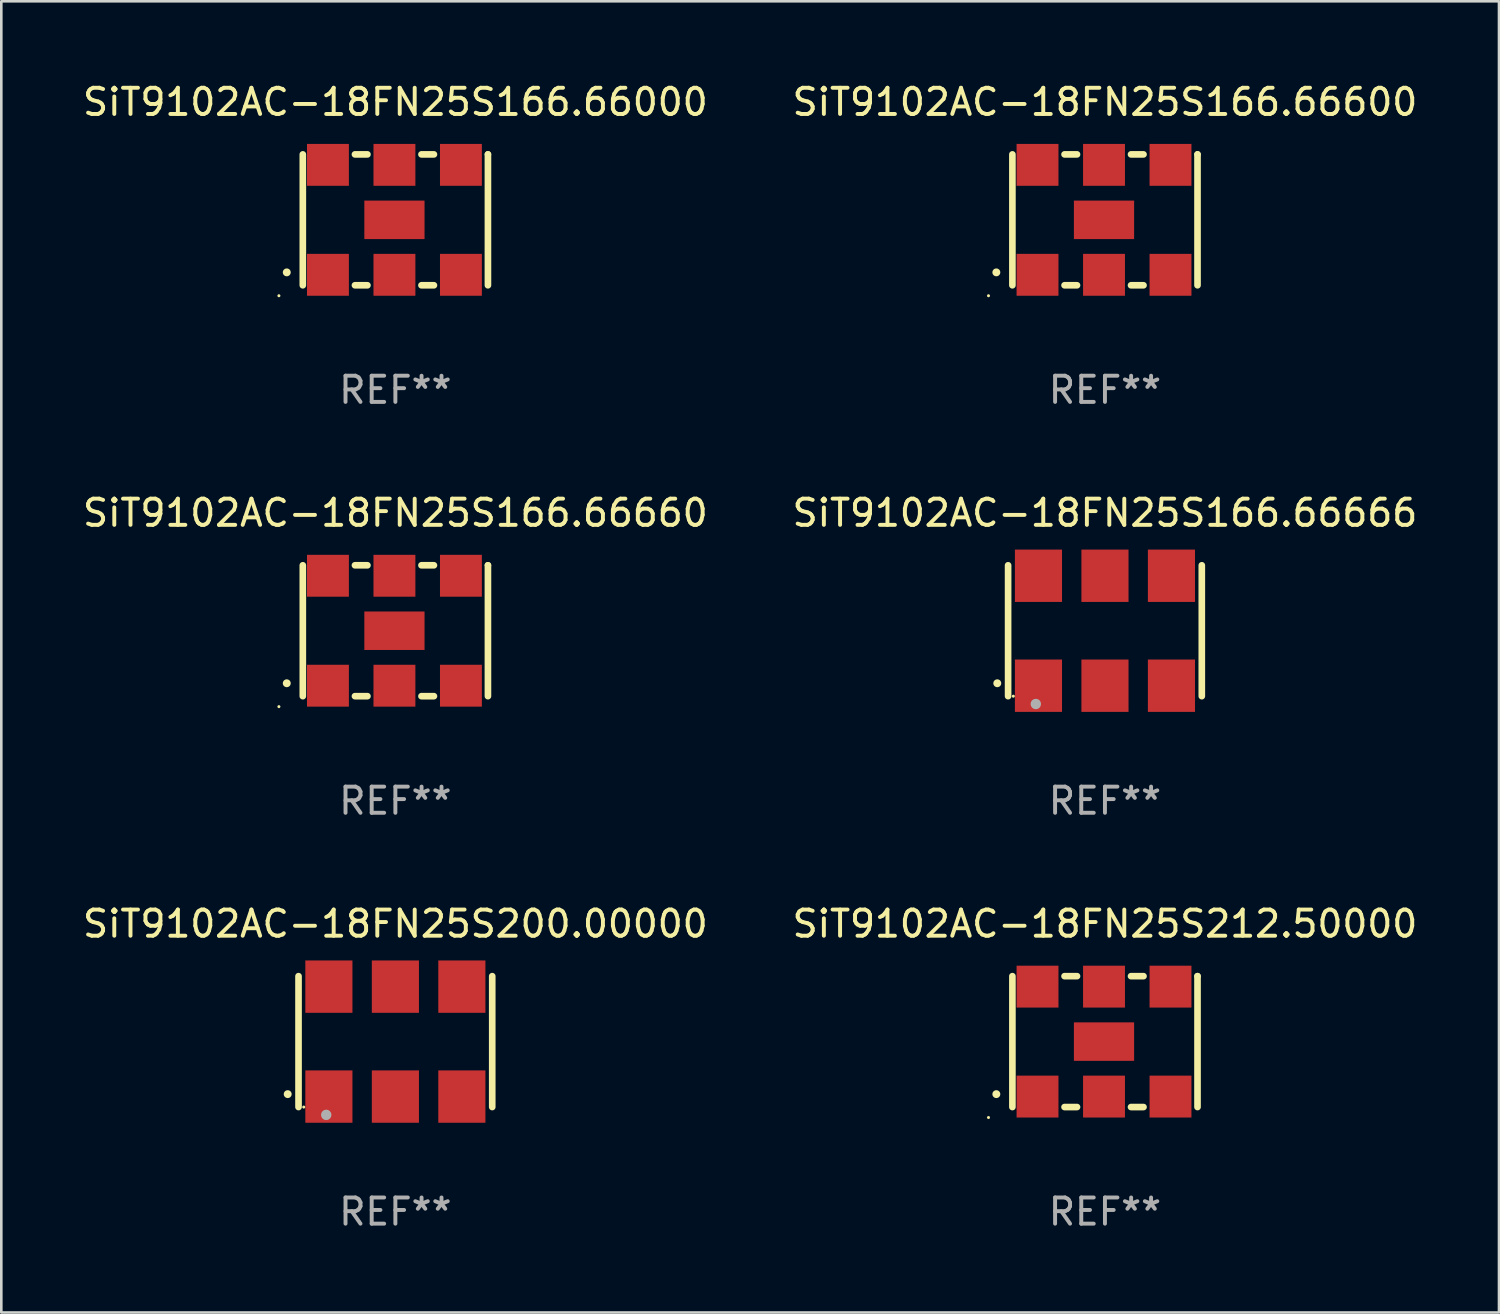
<source format=kicad_pcb>
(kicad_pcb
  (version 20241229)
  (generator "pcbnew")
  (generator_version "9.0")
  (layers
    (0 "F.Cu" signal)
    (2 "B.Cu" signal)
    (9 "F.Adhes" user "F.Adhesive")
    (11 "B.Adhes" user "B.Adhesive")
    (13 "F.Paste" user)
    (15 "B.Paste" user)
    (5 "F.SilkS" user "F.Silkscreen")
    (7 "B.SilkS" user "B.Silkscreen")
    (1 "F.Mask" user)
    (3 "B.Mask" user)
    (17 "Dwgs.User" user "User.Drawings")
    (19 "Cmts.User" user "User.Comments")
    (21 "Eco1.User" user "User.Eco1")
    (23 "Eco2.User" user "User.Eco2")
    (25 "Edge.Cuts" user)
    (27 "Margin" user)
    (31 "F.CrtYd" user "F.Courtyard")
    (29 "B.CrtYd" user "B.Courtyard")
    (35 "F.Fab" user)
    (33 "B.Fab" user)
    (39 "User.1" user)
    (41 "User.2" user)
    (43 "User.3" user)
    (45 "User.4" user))
  (footprint "SiT9102AC-18FN25S166.66666"
    (layer "F.Cu")
    (at 39.161 21.045)
    (property "Reference" "SiT9102AC-18FN25S166.66666" (at 0 -4.5 0) (layer "F.SilkS") (effects (font (size 1 1) (thickness 0.15))))
    (attr through_hole)
    (fp_line (start -3.7 -2.5) (end -3.7 2.5) (stroke (width 0.254) (type solid)) (layer "F.SilkS"))
    (fp_line (start 3.7 -2.5) (end 3.7 2.5) (stroke (width 0.254) (type solid)) (layer "F.SilkS"))
    (fp_arc (start -4.114415 2.006604) (mid -4.113145 2.006599) (end -4.111875 2.006604) (stroke (width 0.3) (type solid)) (layer "F.SilkS"))
    (fp_circle (center -3.5 2.501) (end -3.47 2.501) (stroke (width 0.06) (type solid)) (fill no) (layer "F.SilkS"))
    (fp_circle (center -2.641 2.799) (end -2.541 2.799) (stroke (width 0.2) (type solid)) (fill no) (layer "F.Fab"))
    (fp_text user "REF**" (at 0 6.5 0) (layer "F.Fab") (effects (font (size 1 1) (thickness 0.15))))
    (pad "1" smd rect (at -2.54 2.1) (size 1.8 2) (layers "F.Cu" "F.Mask" "F.Paste"))
    (pad "2" smd rect (at 0.000394 2.1) (size 1.8 2) (layers "F.Cu" "F.Mask" "F.Paste"))
    (pad "3" smd rect (at 2.54 2.1) (size 1.8 2) (layers "F.Cu" "F.Mask" "F.Paste"))
    (pad "4" smd rect (at 2.54 -2.1) (size 1.8 2) (layers "F.Cu" "F.Mask" "F.Paste"))
    (pad "5" smd rect (at 0.000394 -2.1) (size 1.8 2) (layers "F.Cu" "F.Mask" "F.Paste"))
    (pad "6" smd rect (at -2.54 -2.1) (size 1.8 2) (layers "F.Cu" "F.Mask" "F.Paste")))
  (footprint "SiT9102AC-18FN25S200.00000"
    (layer "F.Cu")
    (at 12.054 36.741)
    (property "Reference" "SiT9102AC-18FN25S200.00000" (at 0 -4.5 0) (layer "F.SilkS") (effects (font (size 1 1) (thickness 0.15))))
    (attr through_hole)
    (fp_line (start -3.7 -2.5) (end -3.7 2.5) (stroke (width 0.254) (type solid)) (layer "F.SilkS"))
    (fp_line (start 3.7 -2.5) (end 3.7 2.5) (stroke (width 0.254) (type solid)) (layer "F.SilkS"))
    (fp_arc (start -4.114415 2.006604) (mid -4.113145 2.006599) (end -4.111875 2.006604) (stroke (width 0.3) (type solid)) (layer "F.SilkS"))
    (fp_circle (center -3.5 2.501) (end -3.47 2.501) (stroke (width 0.06) (type solid)) (fill no) (layer "F.SilkS"))
    (fp_circle (center -2.641 2.799) (end -2.541 2.799) (stroke (width 0.2) (type solid)) (fill no) (layer "F.Fab"))
    (fp_text user "REF**" (at 0 6.5 0) (layer "F.Fab") (effects (font (size 1 1) (thickness 0.15))))
    (pad "1" smd rect (at -2.54 2.1) (size 1.8 2) (layers "F.Cu" "F.Mask" "F.Paste"))
    (pad "2" smd rect (at 0.000394 2.1) (size 1.8 2) (layers "F.Cu" "F.Mask" "F.Paste"))
    (pad "3" smd rect (at 2.54 2.1) (size 1.8 2) (layers "F.Cu" "F.Mask" "F.Paste"))
    (pad "4" smd rect (at 2.54 -2.1) (size 1.8 2) (layers "F.Cu" "F.Mask" "F.Paste"))
    (pad "5" smd rect (at 0.000394 -2.1) (size 1.8 2) (layers "F.Cu" "F.Mask" "F.Paste"))
    (pad "6" smd rect (at -2.54 -2.1) (size 1.8 2) (layers "F.Cu" "F.Mask" "F.Paste")))
  (footprint "SiT9102AC-18FN25S212.50000"
    (layer "F.Cu")
    (at 39.161 36.741)
    (property "Reference" "SiT9102AC-18FN25S212.50000" (at 0 -4.5 0) (layer "F.SilkS") (effects (font (size 1 1) (thickness 0.15))))
    (attr through_hole)
    (fp_line (start -3.536 -2.5) (end -3.536 2.5) (stroke (width 0.254) (type solid)) (layer "F.SilkS"))
    (fp_line (start -1.544 2.5) (end -1.067 2.5) (stroke (width 0.254) (type solid)) (layer "F.SilkS"))
    (fp_line (start -1.067 -2.5) (end -1.544 -2.5) (stroke (width 0.254) (type solid)) (layer "F.SilkS"))
    (fp_line (start 0.996 2.5) (end 1.473 2.5) (stroke (width 0.254) (type solid)) (layer "F.SilkS"))
    (fp_line (start 1.473 -2.5) (end 0.996 -2.5) (stroke (width 0.254) (type solid)) (layer "F.SilkS"))
    (fp_line (start 3.536 -2.5) (end 3.536 -2.5) (stroke (width 0.254) (type solid)) (layer "F.SilkS"))
    (fp_line (start 3.536 2.5) (end 3.536 -2.5) (stroke (width 0.254) (type solid)) (layer "F.SilkS"))
    (fp_arc (start -4.150432 2.006604) (mid -4.149162 2.006599) (end -4.147892 2.006604) (stroke (width 0.3) (type solid)) (layer "F.SilkS"))
    (fp_circle (center -4.449 2.9) (end -4.419 2.9) (stroke (width 0.06) (type solid)) (fill no) (layer "F.SilkS"))
    (fp_text user "REF**" (at 0 6.5 0) (layer "F.Fab") (effects (font (size 1 1) (thickness 0.15))))
    (pad "1" smd rect (at -2.576 2.1) (size 1.6 1.6) (layers "F.Cu" "F.Mask" "F.Paste"))
    (pad "2" smd rect (at -0.036 2.1) (size 1.6 1.6) (layers "F.Cu" "F.Mask" "F.Paste"))
    (pad "3" smd rect (at 2.504 2.1) (size 1.6 1.6) (layers "F.Cu" "F.Mask" "F.Paste"))
    (pad "4" smd rect (at 2.504 -2.1) (size 1.6 1.6) (layers "F.Cu" "F.Mask" "F.Paste"))
    (pad "5" smd rect (at -0.036 -2.1) (size 1.6 1.6) (layers "F.Cu" "F.Mask" "F.Paste"))
    (pad "6" smd rect (at -2.576 -2.1) (size 1.6 1.6) (layers "F.Cu" "F.Mask" "F.Paste"))
    (pad "7" smd rect (at -0.036 0) (size 2.3 1.47) (layers "F.Cu" "F.Mask" "F.Paste")))
  (footprint "SiT9102AC-18FN25S166.66000"
    (layer "F.Cu")
    (at 12.054 5.348)
    (property "Reference" "SiT9102AC-18FN25S166.66000" (at 0 -4.5 0) (layer "F.SilkS") (effects (font (size 1 1) (thickness 0.15))))
    (attr through_hole)
    (fp_line (start -3.536 -2.5) (end -3.536 2.5) (stroke (width 0.254) (type solid)) (layer "F.SilkS"))
    (fp_line (start -1.544 2.5) (end -1.067 2.5) (stroke (width 0.254) (type solid)) (layer "F.SilkS"))
    (fp_line (start -1.067 -2.5) (end -1.544 -2.5) (stroke (width 0.254) (type solid)) (layer "F.SilkS"))
    (fp_line (start 0.996 2.5) (end 1.473 2.5) (stroke (width 0.254) (type solid)) (layer "F.SilkS"))
    (fp_line (start 1.473 -2.5) (end 0.996 -2.5) (stroke (width 0.254) (type solid)) (layer "F.SilkS"))
    (fp_line (start 3.536 -2.5) (end 3.536 -2.5) (stroke (width 0.254) (type solid)) (layer "F.SilkS"))
    (fp_line (start 3.536 2.5) (end 3.536 -2.5) (stroke (width 0.254) (type solid)) (layer "F.SilkS"))
    (fp_arc (start -4.150432 2.006604) (mid -4.149162 2.006599) (end -4.147892 2.006604) (stroke (width 0.3) (type solid)) (layer "F.SilkS"))
    (fp_circle (center -4.449 2.9) (end -4.419 2.9) (stroke (width 0.06) (type solid)) (fill no) (layer "F.SilkS"))
    (fp_text user "REF**" (at 0 6.5 0) (layer "F.Fab") (effects (font (size 1 1) (thickness 0.15))))
    (pad "1" smd rect (at -2.576 2.1) (size 1.6 1.6) (layers "F.Cu" "F.Mask" "F.Paste"))
    (pad "2" smd rect (at -0.036 2.1) (size 1.6 1.6) (layers "F.Cu" "F.Mask" "F.Paste"))
    (pad "3" smd rect (at 2.504 2.1) (size 1.6 1.6) (layers "F.Cu" "F.Mask" "F.Paste"))
    (pad "4" smd rect (at 2.504 -2.1) (size 1.6 1.6) (layers "F.Cu" "F.Mask" "F.Paste"))
    (pad "5" smd rect (at -0.036 -2.1) (size 1.6 1.6) (layers "F.Cu" "F.Mask" "F.Paste"))
    (pad "6" smd rect (at -2.576 -2.1) (size 1.6 1.6) (layers "F.Cu" "F.Mask" "F.Paste"))
    (pad "7" smd rect (at -0.036 0) (size 2.3 1.47) (layers "F.Cu" "F.Mask" "F.Paste")))
  (footprint "SiT9102AC-18FN25S166.66600"
    (layer "F.Cu")
    (at 39.161 5.348)
    (property "Reference" "SiT9102AC-18FN25S166.66600" (at 0 -4.5 0) (layer "F.SilkS") (effects (font (size 1 1) (thickness 0.15))))
    (attr through_hole)
    (fp_line (start -3.536 -2.5) (end -3.536 2.5) (stroke (width 0.254) (type solid)) (layer "F.SilkS"))
    (fp_line (start -1.544 2.5) (end -1.067 2.5) (stroke (width 0.254) (type solid)) (layer "F.SilkS"))
    (fp_line (start -1.067 -2.5) (end -1.544 -2.5) (stroke (width 0.254) (type solid)) (layer "F.SilkS"))
    (fp_line (start 0.996 2.5) (end 1.473 2.5) (stroke (width 0.254) (type solid)) (layer "F.SilkS"))
    (fp_line (start 1.473 -2.5) (end 0.996 -2.5) (stroke (width 0.254) (type solid)) (layer "F.SilkS"))
    (fp_line (start 3.536 -2.5) (end 3.536 -2.5) (stroke (width 0.254) (type solid)) (layer "F.SilkS"))
    (fp_line (start 3.536 2.5) (end 3.536 -2.5) (stroke (width 0.254) (type solid)) (layer "F.SilkS"))
    (fp_arc (start -4.150432 2.006604) (mid -4.149162 2.006599) (end -4.147892 2.006604) (stroke (width 0.3) (type solid)) (layer "F.SilkS"))
    (fp_circle (center -4.449 2.9) (end -4.419 2.9) (stroke (width 0.06) (type solid)) (fill no) (layer "F.SilkS"))
    (fp_text user "REF**" (at 0 6.5 0) (layer "F.Fab") (effects (font (size 1 1) (thickness 0.15))))
    (pad "1" smd rect (at -2.576 2.1) (size 1.6 1.6) (layers "F.Cu" "F.Mask" "F.Paste"))
    (pad "2" smd rect (at -0.036 2.1) (size 1.6 1.6) (layers "F.Cu" "F.Mask" "F.Paste"))
    (pad "3" smd rect (at 2.504 2.1) (size 1.6 1.6) (layers "F.Cu" "F.Mask" "F.Paste"))
    (pad "4" smd rect (at 2.504 -2.1) (size 1.6 1.6) (layers "F.Cu" "F.Mask" "F.Paste"))
    (pad "5" smd rect (at -0.036 -2.1) (size 1.6 1.6) (layers "F.Cu" "F.Mask" "F.Paste"))
    (pad "6" smd rect (at -2.576 -2.1) (size 1.6 1.6) (layers "F.Cu" "F.Mask" "F.Paste"))
    (pad "7" smd rect (at -0.036 0) (size 2.3 1.47) (layers "F.Cu" "F.Mask" "F.Paste")))
  (footprint "SiT9102AC-18FN25S166.66660"
    (layer "F.Cu")
    (at 12.054 21.045)
    (property "Reference" "SiT9102AC-18FN25S166.66660" (at 0 -4.5 0) (layer "F.SilkS") (effects (font (size 1 1) (thickness 0.15))))
    (attr through_hole)
    (fp_line (start -3.536 -2.5) (end -3.536 2.5) (stroke (width 0.254) (type solid)) (layer "F.SilkS"))
    (fp_line (start -1.544 2.5) (end -1.067 2.5) (stroke (width 0.254) (type solid)) (layer "F.SilkS"))
    (fp_line (start -1.067 -2.5) (end -1.544 -2.5) (stroke (width 0.254) (type solid)) (layer "F.SilkS"))
    (fp_line (start 0.996 2.5) (end 1.473 2.5) (stroke (width 0.254) (type solid)) (layer "F.SilkS"))
    (fp_line (start 1.473 -2.5) (end 0.996 -2.5) (stroke (width 0.254) (type solid)) (layer "F.SilkS"))
    (fp_line (start 3.536 -2.5) (end 3.536 -2.5) (stroke (width 0.254) (type solid)) (layer "F.SilkS"))
    (fp_line (start 3.536 2.5) (end 3.536 -2.5) (stroke (width 0.254) (type solid)) (layer "F.SilkS"))
    (fp_arc (start -4.150432 2.006604) (mid -4.149162 2.006599) (end -4.147892 2.006604) (stroke (width 0.3) (type solid)) (layer "F.SilkS"))
    (fp_circle (center -4.449 2.9) (end -4.419 2.9) (stroke (width 0.06) (type solid)) (fill no) (layer "F.SilkS"))
    (fp_text user "REF**" (at 0 6.5 0) (layer "F.Fab") (effects (font (size 1 1) (thickness 0.15))))
    (pad "1" smd rect (at -2.576 2.1) (size 1.6 1.6) (layers "F.Cu" "F.Mask" "F.Paste"))
    (pad "2" smd rect (at -0.036 2.1) (size 1.6 1.6) (layers "F.Cu" "F.Mask" "F.Paste"))
    (pad "3" smd rect (at 2.504 2.1) (size 1.6 1.6) (layers "F.Cu" "F.Mask" "F.Paste"))
    (pad "4" smd rect (at 2.504 -2.1) (size 1.6 1.6) (layers "F.Cu" "F.Mask" "F.Paste"))
    (pad "5" smd rect (at -0.036 -2.1) (size 1.6 1.6) (layers "F.Cu" "F.Mask" "F.Paste"))
    (pad "6" smd rect (at -2.576 -2.1) (size 1.6 1.6) (layers "F.Cu" "F.Mask" "F.Paste"))
    (pad "7" smd rect (at -0.036 0) (size 2.3 1.47) (layers "F.Cu" "F.Mask" "F.Paste")))
  (gr_rect
    (start -3 -3)
    (end 54.214 47.09)
    (stroke (width 0.1) (type default))
    (fill no)
    (layer "Edge.Cuts")))
</source>
